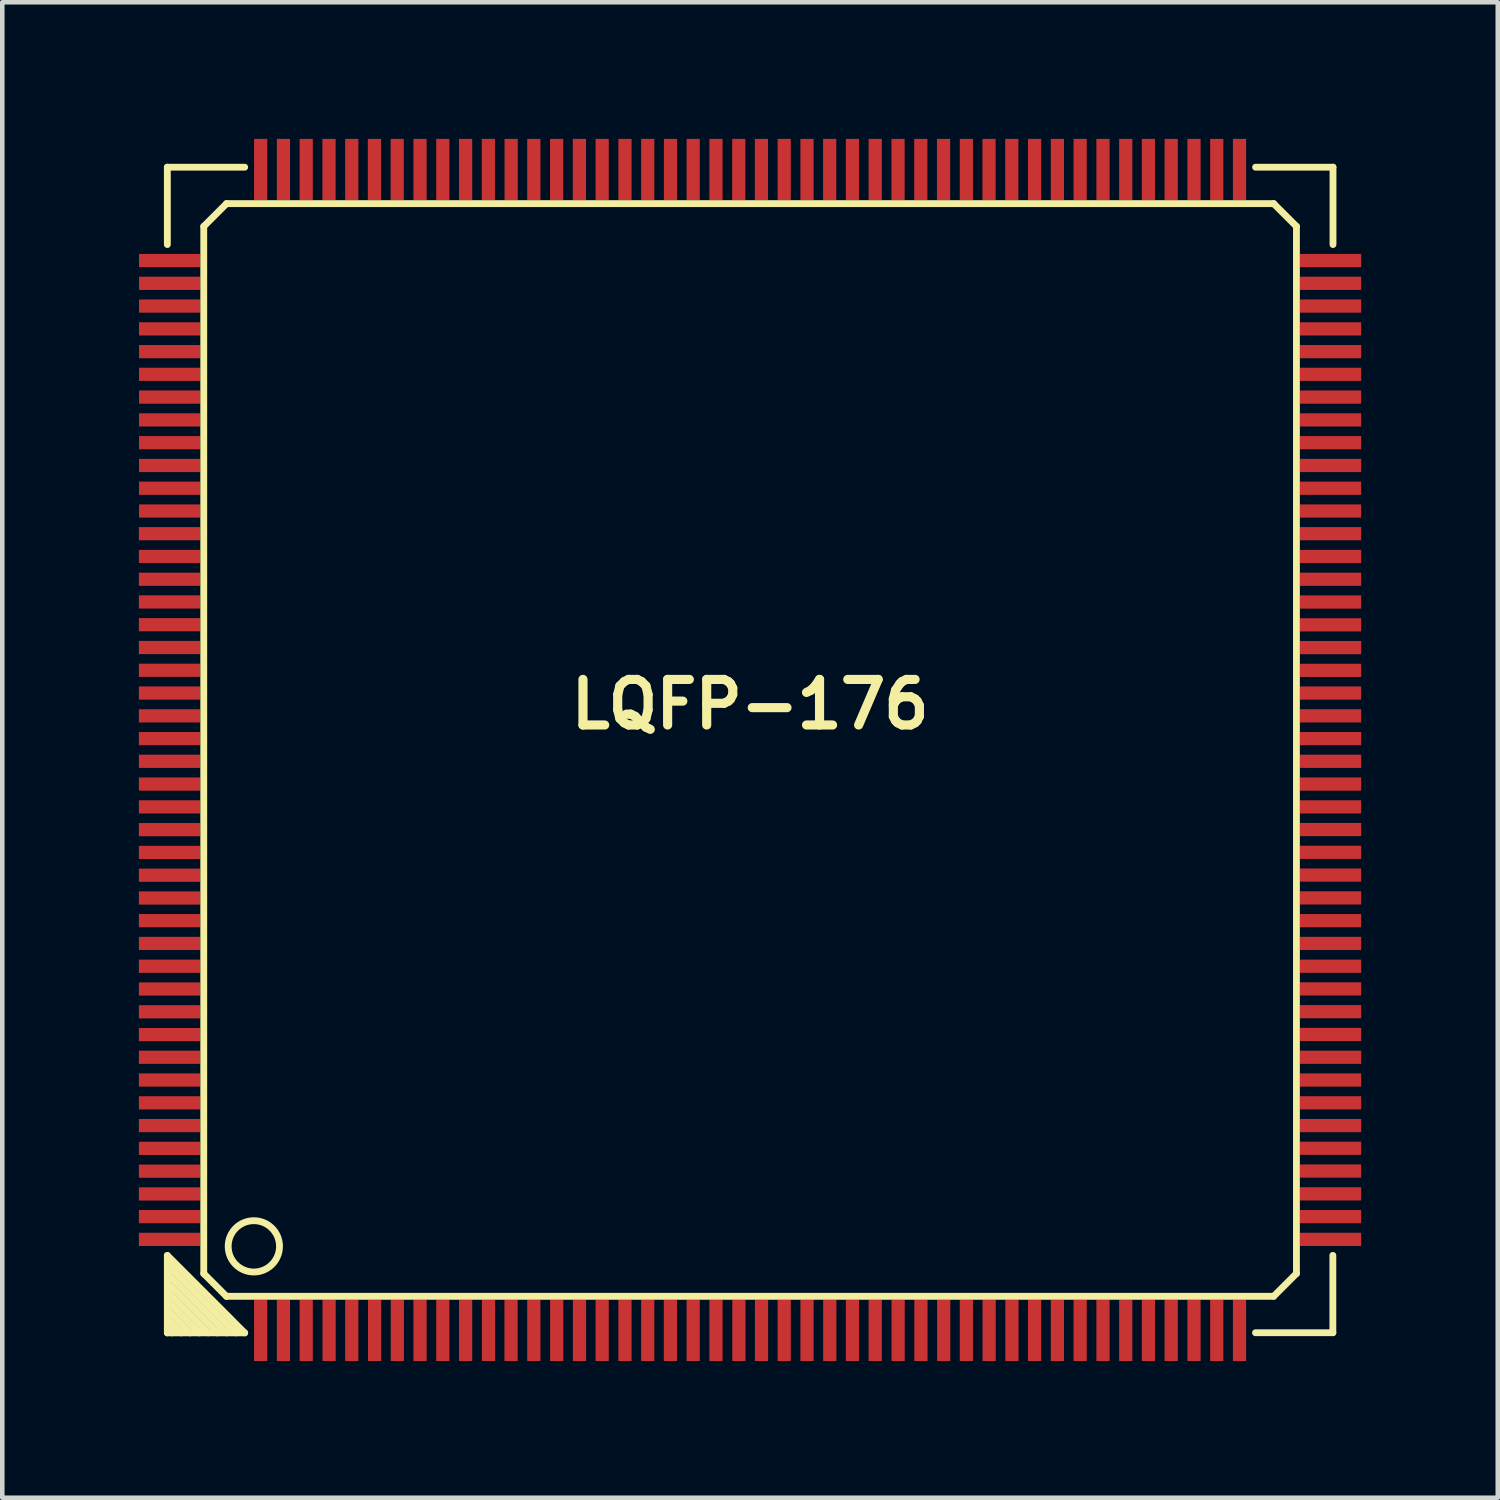
<source format=kicad_pcb>
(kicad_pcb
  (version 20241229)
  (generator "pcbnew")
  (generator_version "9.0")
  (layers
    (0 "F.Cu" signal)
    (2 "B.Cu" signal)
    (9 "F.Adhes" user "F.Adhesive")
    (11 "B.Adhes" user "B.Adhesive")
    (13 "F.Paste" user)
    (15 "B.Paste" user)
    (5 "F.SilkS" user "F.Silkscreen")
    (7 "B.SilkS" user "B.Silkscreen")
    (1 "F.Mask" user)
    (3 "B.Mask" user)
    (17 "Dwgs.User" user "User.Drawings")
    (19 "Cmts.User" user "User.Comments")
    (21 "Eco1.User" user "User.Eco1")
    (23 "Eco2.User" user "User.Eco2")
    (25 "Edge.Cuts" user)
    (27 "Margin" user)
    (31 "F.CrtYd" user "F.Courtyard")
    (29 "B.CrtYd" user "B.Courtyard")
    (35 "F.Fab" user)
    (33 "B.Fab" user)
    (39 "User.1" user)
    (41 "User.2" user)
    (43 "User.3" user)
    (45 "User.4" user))
  (footprint "LQFP-176"
    (layer "F.Cu")
    (at 13.424 13.421)
    (property "Reference" "LQFP-176" (at 0 -1.001 0) (layer "F.SilkS") (effects (font (size 1.001 1.001) (thickness 0.201))))
    (attr smd)
    (fp_line (start -12.799 -12.799) (end -11.1 -12.799) (stroke (width 0.15) (type solid)) (layer "F.SilkS"))
    (fp_line (start -12.799 -11.1) (end -12.799 -12.799) (stroke (width 0.15) (type solid)) (layer "F.SilkS"))
    (fp_line (start -12.799 11.102) (end -11.1 12.802) (stroke (width 0.15) (type solid)) (layer "F.SilkS"))
    (fp_line (start -12.799 11.501) (end -11.499 12.802) (stroke (width 0.15) (type solid)) (layer "F.SilkS"))
    (fp_line (start -12.799 11.902) (end -11.9 12.802) (stroke (width 0.15) (type solid)) (layer "F.SilkS"))
    (fp_line (start -12.799 12.301) (end -12.299 12.802) (stroke (width 0.15) (type solid)) (layer "F.SilkS"))
    (fp_line (start -12.799 12.703) (end -12.7 12.802) (stroke (width 0.15) (type solid)) (layer "F.SilkS"))
    (fp_line (start -12.799 12.802) (end -12.799 11.102) (stroke (width 0.15) (type solid)) (layer "F.SilkS"))
    (fp_line (start -12.499 12.802) (end -12.799 12.502) (stroke (width 0.15) (type solid)) (layer "F.SilkS"))
    (fp_line (start -12.098 12.802) (end -12.799 12.101) (stroke (width 0.15) (type solid)) (layer "F.SilkS"))
    (fp_line (start -11.999 -11.499) (end -11.499 -11.999) (stroke (width 0.15) (type solid)) (layer "F.SilkS"))
    (fp_line (start -11.999 11.501) (end -11.999 -11.501) (stroke (width 0.15) (type solid)) (layer "F.SilkS"))
    (fp_line (start -11.699 12.802) (end -12.799 11.702) (stroke (width 0.15) (type solid)) (layer "F.SilkS"))
    (fp_line (start -11.501 -11.999) (end 11.501 -11.999) (stroke (width 0.15) (type solid)) (layer "F.SilkS"))
    (fp_line (start -11.499 12.002) (end -11.999 11.501) (stroke (width 0.15) (type solid)) (layer "F.SilkS"))
    (fp_line (start -11.298 12.802) (end -12.799 11.3) (stroke (width 0.15) (type solid)) (layer "F.SilkS"))
    (fp_line (start -11.1 12.802) (end -12.799 12.802) (stroke (width 0.15) (type solid)) (layer "F.SilkS"))
    (fp_line (start 11.102 -12.799) (end 12.802 -12.799) (stroke (width 0.15) (type solid)) (layer "F.SilkS"))
    (fp_line (start 11.499 -11.999) (end 11.999 -11.499) (stroke (width 0.15) (type solid)) (layer "F.SilkS"))
    (fp_line (start 11.501 11.999) (end -11.501 11.999) (stroke (width 0.15) (type solid)) (layer "F.SilkS"))
    (fp_line (start 11.999 -11.501) (end 11.999 11.501) (stroke (width 0.15) (type solid)) (layer "F.SilkS"))
    (fp_line (start 11.999 11.499) (end 11.499 11.999) (stroke (width 0.15) (type solid)) (layer "F.SilkS"))
    (fp_line (start 12.799 11.1) (end 12.799 12.799) (stroke (width 0.15) (type solid)) (layer "F.SilkS"))
    (fp_line (start 12.799 12.799) (end 11.1 12.799) (stroke (width 0.15) (type solid)) (layer "F.SilkS"))
    (fp_line (start 12.802 -12.799) (end 12.802 -11.1) (stroke (width 0.15) (type solid)) (layer "F.SilkS"))
    (fp_circle (center -10.899 10.902) (end -11.298 11.3) (stroke (width 0.15) (type solid)) (fill no) (layer "F.SilkS"))
    (pad "1" smd rect (at -10.749 12.748) (size 0.29 1.346) (layers "F.Cu" "F.Mask" "F.Paste"))
    (pad "2" smd rect (at -10.249 12.748) (size 0.29 1.346) (layers "F.Cu" "F.Mask" "F.Paste"))
    (pad "3" smd rect (at -9.749 12.748) (size 0.29 1.346) (layers "F.Cu" "F.Mask" "F.Paste"))
    (pad "4" smd rect (at -9.246 12.748) (size 0.29 1.346) (layers "F.Cu" "F.Mask" "F.Paste"))
    (pad "5" smd rect (at -8.748 12.748) (size 0.29 1.346) (layers "F.Cu" "F.Mask" "F.Paste"))
    (pad "6" smd rect (at -8.247 12.748) (size 0.29 1.346) (layers "F.Cu" "F.Mask" "F.Paste"))
    (pad "7" smd rect (at -7.747 12.748) (size 0.29 1.346) (layers "F.Cu" "F.Mask" "F.Paste"))
    (pad "8" smd rect (at -7.249 12.748) (size 0.29 1.346) (layers "F.Cu" "F.Mask" "F.Paste"))
    (pad "9" smd rect (at -6.749 12.748) (size 0.29 1.346) (layers "F.Cu" "F.Mask" "F.Paste"))
    (pad "10" smd rect (at -6.248 12.748) (size 0.29 1.346) (layers "F.Cu" "F.Mask" "F.Paste"))
    (pad "11" smd rect (at -5.745 12.748) (size 0.29 1.346) (layers "F.Cu" "F.Mask" "F.Paste"))
    (pad "12" smd rect (at -5.25 12.748) (size 0.29 1.346) (layers "F.Cu" "F.Mask" "F.Paste"))
    (pad "13" smd rect (at -4.75 12.748) (size 0.29 1.346) (layers "F.Cu" "F.Mask" "F.Paste"))
    (pad "14" smd rect (at -4.247 12.748) (size 0.29 1.346) (layers "F.Cu" "F.Mask" "F.Paste"))
    (pad "15" smd rect (at -3.747 12.748) (size 0.29 1.346) (layers "F.Cu" "F.Mask" "F.Paste"))
    (pad "16" smd rect (at -3.249 12.748) (size 0.29 1.346) (layers "F.Cu" "F.Mask" "F.Paste"))
    (pad "17" smd rect (at -2.748 12.748) (size 0.29 1.346) (layers "F.Cu" "F.Mask" "F.Paste"))
    (pad "18" smd rect (at -2.248 12.748) (size 0.29 1.346) (layers "F.Cu" "F.Mask" "F.Paste"))
    (pad "19" smd rect (at -1.75 12.748) (size 0.29 1.346) (layers "F.Cu" "F.Mask" "F.Paste"))
    (pad "20" smd rect (at -1.25 12.748) (size 0.29 1.346) (layers "F.Cu" "F.Mask" "F.Paste"))
    (pad "21" smd rect (at -0.749 12.748) (size 0.29 1.346) (layers "F.Cu" "F.Mask" "F.Paste"))
    (pad "22" smd rect (at -0.246 12.748) (size 0.29 1.346) (layers "F.Cu" "F.Mask" "F.Paste"))
    (pad "23" smd rect (at 0.251 12.748) (size 0.29 1.346) (layers "F.Cu" "F.Mask" "F.Paste"))
    (pad "24" smd rect (at 0.749 12.748) (size 0.29 1.346) (layers "F.Cu" "F.Mask" "F.Paste"))
    (pad "25" smd rect (at 1.25 12.748) (size 0.29 1.346) (layers "F.Cu" "F.Mask" "F.Paste"))
    (pad "26" smd rect (at 1.75 12.748) (size 0.29 1.346) (layers "F.Cu" "F.Mask" "F.Paste"))
    (pad "27" smd rect (at 2.248 12.748) (size 0.29 1.346) (layers "F.Cu" "F.Mask" "F.Paste"))
    (pad "28" smd rect (at 2.748 12.748) (size 0.29 1.346) (layers "F.Cu" "F.Mask" "F.Paste"))
    (pad "29" smd rect (at 3.251 12.748) (size 0.29 1.346) (layers "F.Cu" "F.Mask" "F.Paste"))
    (pad "30" smd rect (at 3.752 12.748) (size 0.29 1.346) (layers "F.Cu" "F.Mask" "F.Paste"))
    (pad "31" smd rect (at 4.252 12.748) (size 0.29 1.346) (layers "F.Cu" "F.Mask" "F.Paste"))
    (pad "32" smd rect (at 4.75 12.748) (size 0.29 1.346) (layers "F.Cu" "F.Mask" "F.Paste"))
    (pad "33" smd rect (at 5.25 12.748) (size 0.29 1.346) (layers "F.Cu" "F.Mask" "F.Paste"))
    (pad "34" smd rect (at 5.751 12.748) (size 0.29 1.346) (layers "F.Cu" "F.Mask" "F.Paste"))
    (pad "35" smd rect (at 6.248 12.748) (size 0.29 1.346) (layers "F.Cu" "F.Mask" "F.Paste"))
    (pad "36" smd rect (at 6.749 12.748) (size 0.29 1.346) (layers "F.Cu" "F.Mask" "F.Paste"))
    (pad "37" smd rect (at 7.249 12.748) (size 0.29 1.346) (layers "F.Cu" "F.Mask" "F.Paste"))
    (pad "38" smd rect (at 7.75 12.748) (size 0.29 1.346) (layers "F.Cu" "F.Mask" "F.Paste"))
    (pad "39" smd rect (at 8.25 12.748) (size 0.29 1.346) (layers "F.Cu" "F.Mask" "F.Paste"))
    (pad "40" smd rect (at 8.748 12.748) (size 0.29 1.346) (layers "F.Cu" "F.Mask" "F.Paste"))
    (pad "41" smd rect (at 9.248 12.748) (size 0.29 1.346) (layers "F.Cu" "F.Mask" "F.Paste"))
    (pad "42" smd rect (at 9.749 12.748) (size 0.29 1.346) (layers "F.Cu" "F.Mask" "F.Paste"))
    (pad "43" smd rect (at 10.249 12.748) (size 0.29 1.346) (layers "F.Cu" "F.Mask" "F.Paste"))
    (pad "44" smd rect (at 10.749 12.748) (size 0.29 1.349) (layers "F.Cu" "F.Mask" "F.Paste"))
    (pad "45" smd rect (at 12.748 10.749) (size 1.346 0.29) (layers "F.Cu" "F.Mask" "F.Paste"))
    (pad "46" smd rect (at 12.748 10.249) (size 1.346 0.29) (layers "F.Cu" "F.Mask" "F.Paste"))
    (pad "47" smd rect (at 12.748 9.749) (size 1.346 0.29) (layers "F.Cu" "F.Mask" "F.Paste"))
    (pad "48" smd rect (at 12.748 9.248) (size 1.346 0.29) (layers "F.Cu" "F.Mask" "F.Paste"))
    (pad "49" smd rect (at 12.748 8.748) (size 1.346 0.29) (layers "F.Cu" "F.Mask" "F.Paste"))
    (pad "50" smd rect (at 12.748 8.25) (size 1.346 0.29) (layers "F.Cu" "F.Mask" "F.Paste"))
    (pad "51" smd rect (at 12.748 7.75) (size 1.346 0.29) (layers "F.Cu" "F.Mask" "F.Paste"))
    (pad "52" smd rect (at 12.748 7.249) (size 1.346 0.29) (layers "F.Cu" "F.Mask" "F.Paste"))
    (pad "53" smd rect (at 12.748 6.749) (size 1.346 0.29) (layers "F.Cu" "F.Mask" "F.Paste"))
    (pad "54" smd rect (at 12.748 6.248) (size 1.346 0.29) (layers "F.Cu" "F.Mask" "F.Paste"))
    (pad "55" smd rect (at 12.748 5.748) (size 1.346 0.29) (layers "F.Cu" "F.Mask" "F.Paste"))
    (pad "56" smd rect (at 12.748 5.248) (size 1.346 0.29) (layers "F.Cu" "F.Mask" "F.Paste"))
    (pad "57" smd rect (at 12.748 4.75) (size 1.346 0.29) (layers "F.Cu" "F.Mask" "F.Paste"))
    (pad "58" smd rect (at 12.748 4.249) (size 1.346 0.29) (layers "F.Cu" "F.Mask" "F.Paste"))
    (pad "59" smd rect (at 12.748 3.749) (size 1.346 0.29) (layers "F.Cu" "F.Mask" "F.Paste"))
    (pad "60" smd rect (at 12.748 3.249) (size 1.346 0.29) (layers "F.Cu" "F.Mask" "F.Paste"))
    (pad "61" smd rect (at 12.748 2.748) (size 1.346 0.29) (layers "F.Cu" "F.Mask" "F.Paste"))
    (pad "62" smd rect (at 12.748 2.248) (size 1.346 0.29) (layers "F.Cu" "F.Mask" "F.Paste"))
    (pad "63" smd rect (at 12.748 1.748) (size 1.346 0.29) (layers "F.Cu" "F.Mask" "F.Paste"))
    (pad "64" smd rect (at 12.748 1.25) (size 1.346 0.29) (layers "F.Cu" "F.Mask" "F.Paste"))
    (pad "65" smd rect (at 12.748 0.749) (size 1.346 0.29) (layers "F.Cu" "F.Mask" "F.Paste"))
    (pad "66" smd rect (at 12.748 0.249) (size 1.346 0.29) (layers "F.Cu" "F.Mask" "F.Paste"))
    (pad "67" smd rect (at 12.748 -0.249) (size 1.346 0.29) (layers "F.Cu" "F.Mask" "F.Paste"))
    (pad "68" smd rect (at 12.748 -0.749) (size 1.346 0.29) (layers "F.Cu" "F.Mask" "F.Paste"))
    (pad "69" smd rect (at 12.748 -1.25) (size 1.346 0.29) (layers "F.Cu" "F.Mask" "F.Paste"))
    (pad "70" smd rect (at 12.748 -1.748) (size 1.346 0.29) (layers "F.Cu" "F.Mask" "F.Paste"))
    (pad "71" smd rect (at 12.748 -2.248) (size 1.346 0.29) (layers "F.Cu" "F.Mask" "F.Paste"))
    (pad "72" smd rect (at 12.748 -2.748) (size 1.346 0.29) (layers "F.Cu" "F.Mask" "F.Paste"))
    (pad "73" smd rect (at 12.748 -3.249) (size 1.346 0.29) (layers "F.Cu" "F.Mask" "F.Paste"))
    (pad "74" smd rect (at 12.748 -3.749) (size 1.346 0.29) (layers "F.Cu" "F.Mask" "F.Paste"))
    (pad "75" smd rect (at 12.748 -4.249) (size 1.346 0.29) (layers "F.Cu" "F.Mask" "F.Paste"))
    (pad "76" smd rect (at 12.748 -4.75) (size 1.346 0.29) (layers "F.Cu" "F.Mask" "F.Paste"))
    (pad "77" smd rect (at 12.748 -5.248) (size 1.346 0.29) (layers "F.Cu" "F.Mask" "F.Paste"))
    (pad "78" smd rect (at 12.748 -5.748) (size 1.346 0.29) (layers "F.Cu" "F.Mask" "F.Paste"))
    (pad "79" smd rect (at 12.748 -6.248) (size 1.346 0.29) (layers "F.Cu" "F.Mask" "F.Paste"))
    (pad "80" smd rect (at 12.748 -6.749) (size 1.346 0.29) (layers "F.Cu" "F.Mask" "F.Paste"))
    (pad "81" smd rect (at 12.748 -7.249) (size 1.346 0.29) (layers "F.Cu" "F.Mask" "F.Paste"))
    (pad "82" smd rect (at 12.748 -7.75) (size 1.346 0.29) (layers "F.Cu" "F.Mask" "F.Paste"))
    (pad "83" smd rect (at 12.748 -8.25) (size 1.346 0.29) (layers "F.Cu" "F.Mask" "F.Paste"))
    (pad "84" smd rect (at 12.748 -8.748) (size 1.346 0.29) (layers "F.Cu" "F.Mask" "F.Paste"))
    (pad "85" smd rect (at 12.748 -9.248) (size 1.346 0.29) (layers "F.Cu" "F.Mask" "F.Paste"))
    (pad "86" smd rect (at 12.748 -9.749) (size 1.346 0.29) (layers "F.Cu" "F.Mask" "F.Paste"))
    (pad "87" smd rect (at 12.748 -10.249) (size 1.346 0.29) (layers "F.Cu" "F.Mask" "F.Paste"))
    (pad "88" smd rect (at 12.748 -10.749) (size 1.346 0.29) (layers "F.Cu" "F.Mask" "F.Paste"))
    (pad "89" smd rect (at 10.749 -12.748) (size 0.29 1.346) (layers "F.Cu" "F.Mask" "F.Paste"))
    (pad "90" smd rect (at 10.249 -12.748) (size 0.29 1.346) (layers "F.Cu" "F.Mask" "F.Paste"))
    (pad "91" smd rect (at 9.749 -12.748) (size 0.29 1.346) (layers "F.Cu" "F.Mask" "F.Paste"))
    (pad "92" smd rect (at 9.248 -12.748) (size 0.29 1.346) (layers "F.Cu" "F.Mask" "F.Paste"))
    (pad "93" smd rect (at 8.748 -12.748) (size 0.29 1.346) (layers "F.Cu" "F.Mask" "F.Paste"))
    (pad "94" smd rect (at 8.25 -12.748) (size 0.29 1.346) (layers "F.Cu" "F.Mask" "F.Paste"))
    (pad "95" smd rect (at 7.75 -12.748) (size 0.29 1.346) (layers "F.Cu" "F.Mask" "F.Paste"))
    (pad "96" smd rect (at 7.249 -12.748) (size 0.29 1.346) (layers "F.Cu" "F.Mask" "F.Paste"))
    (pad "97" smd rect (at 6.749 -12.748) (size 0.29 1.346) (layers "F.Cu" "F.Mask" "F.Paste"))
    (pad "98" smd rect (at 6.248 -12.748) (size 0.29 1.346) (layers "F.Cu" "F.Mask" "F.Paste"))
    (pad "99" smd rect (at 5.748 -12.748) (size 0.29 1.346) (layers "F.Cu" "F.Mask" "F.Paste"))
    (pad "100" smd rect (at 5.248 -12.748) (size 0.29 1.346) (layers "F.Cu" "F.Mask" "F.Paste"))
    (pad "101" smd rect (at 4.75 -12.748) (size 0.29 1.346) (layers "F.Cu" "F.Mask" "F.Paste"))
    (pad "102" smd rect (at 4.249 -12.748) (size 0.29 1.346) (layers "F.Cu" "F.Mask" "F.Paste"))
    (pad "103" smd rect (at 3.749 -12.748) (size 0.29 1.346) (layers "F.Cu" "F.Mask" "F.Paste"))
    (pad "104" smd rect (at 3.249 -12.748) (size 0.29 1.346) (layers "F.Cu" "F.Mask" "F.Paste"))
    (pad "105" smd rect (at 2.748 -12.748) (size 0.29 1.346) (layers "F.Cu" "F.Mask" "F.Paste"))
    (pad "106" smd rect (at 2.248 -12.748) (size 0.29 1.346) (layers "F.Cu" "F.Mask" "F.Paste"))
    (pad "107" smd rect (at 1.748 -12.748) (size 0.29 1.346) (layers "F.Cu" "F.Mask" "F.Paste"))
    (pad "108" smd rect (at 1.25 -12.748) (size 0.29 1.346) (layers "F.Cu" "F.Mask" "F.Paste"))
    (pad "109" smd rect (at 0.749 -12.748) (size 0.29 1.346) (layers "F.Cu" "F.Mask" "F.Paste"))
    (pad "110" smd rect (at 0.249 -12.748) (size 0.29 1.346) (layers "F.Cu" "F.Mask" "F.Paste"))
    (pad "111" smd rect (at -0.249 -12.748) (size 0.29 1.346) (layers "F.Cu" "F.Mask" "F.Paste"))
    (pad "112" smd rect (at -0.749 -12.748) (size 0.29 1.346) (layers "F.Cu" "F.Mask" "F.Paste"))
    (pad "113" smd rect (at -1.25 -12.748) (size 0.29 1.346) (layers "F.Cu" "F.Mask" "F.Paste"))
    (pad "114" smd rect (at -1.748 -12.748) (size 0.29 1.346) (layers "F.Cu" "F.Mask" "F.Paste"))
    (pad "115" smd rect (at -2.248 -12.748) (size 0.29 1.346) (layers "F.Cu" "F.Mask" "F.Paste"))
    (pad "116" smd rect (at -2.748 -12.748) (size 0.29 1.346) (layers "F.Cu" "F.Mask" "F.Paste"))
    (pad "117" smd rect (at -3.249 -12.748) (size 0.29 1.346) (layers "F.Cu" "F.Mask" "F.Paste"))
    (pad "118" smd rect (at -3.749 -12.748) (size 0.29 1.346) (layers "F.Cu" "F.Mask" "F.Paste"))
    (pad "119" smd rect (at -4.249 -12.748) (size 0.29 1.346) (layers "F.Cu" "F.Mask" "F.Paste"))
    (pad "120" smd rect (at -4.75 -12.748) (size 0.29 1.346) (layers "F.Cu" "F.Mask" "F.Paste"))
    (pad "121" smd rect (at -5.248 -12.748) (size 0.29 1.346) (layers "F.Cu" "F.Mask" "F.Paste"))
    (pad "122" smd rect (at -5.748 -12.748) (size 0.29 1.346) (layers "F.Cu" "F.Mask" "F.Paste"))
    (pad "123" smd rect (at -6.248 -12.748) (size 0.29 1.346) (layers "F.Cu" "F.Mask" "F.Paste"))
    (pad "124" smd rect (at -6.749 -12.748) (size 0.29 1.346) (layers "F.Cu" "F.Mask" "F.Paste"))
    (pad "125" smd rect (at -7.249 -12.748) (size 0.29 1.346) (layers "F.Cu" "F.Mask" "F.Paste"))
    (pad "126" smd rect (at -7.75 -12.748) (size 0.29 1.346) (layers "F.Cu" "F.Mask" "F.Paste"))
    (pad "127" smd rect (at -8.25 -12.748) (size 0.29 1.346) (layers "F.Cu" "F.Mask" "F.Paste"))
    (pad "128" smd rect (at -8.748 -12.748) (size 0.29 1.346) (layers "F.Cu" "F.Mask" "F.Paste"))
    (pad "129" smd rect (at -9.248 -12.748) (size 0.29 1.346) (layers "F.Cu" "F.Mask" "F.Paste"))
    (pad "130" smd rect (at -9.749 -12.748) (size 0.29 1.346) (layers "F.Cu" "F.Mask" "F.Paste"))
    (pad "131" smd rect (at -10.249 -12.748) (size 0.29 1.346) (layers "F.Cu" "F.Mask" "F.Paste"))
    (pad "132" smd rect (at -10.749 -12.748) (size 0.29 1.346) (layers "F.Cu" "F.Mask" "F.Paste"))
    (pad "133" smd rect (at -12.748 -10.749) (size 1.346 0.29) (layers "F.Cu" "F.Mask" "F.Paste"))
    (pad "134" smd rect (at -12.748 -10.249) (size 1.346 0.29) (layers "F.Cu" "F.Mask" "F.Paste"))
    (pad "135" smd rect (at -12.748 -9.749) (size 1.346 0.29) (layers "F.Cu" "F.Mask" "F.Paste"))
    (pad "136" smd rect (at -12.748 -9.248) (size 1.346 0.29) (layers "F.Cu" "F.Mask" "F.Paste"))
    (pad "137" smd rect (at -12.748 -8.748) (size 1.346 0.29) (layers "F.Cu" "F.Mask" "F.Paste"))
    (pad "138" smd rect (at -12.748 -8.25) (size 1.346 0.29) (layers "F.Cu" "F.Mask" "F.Paste"))
    (pad "139" smd rect (at -12.748 -7.75) (size 1.346 0.29) (layers "F.Cu" "F.Mask" "F.Paste"))
    (pad "140" smd rect (at -12.748 -7.249) (size 1.346 0.29) (layers "F.Cu" "F.Mask" "F.Paste"))
    (pad "141" smd rect (at -12.748 -6.749) (size 1.346 0.29) (layers "F.Cu" "F.Mask" "F.Paste"))
    (pad "142" smd rect (at -12.748 -6.248) (size 1.346 0.29) (layers "F.Cu" "F.Mask" "F.Paste"))
    (pad "143" smd rect (at -12.748 -5.748) (size 1.346 0.29) (layers "F.Cu" "F.Mask" "F.Paste"))
    (pad "144" smd rect (at -12.748 -5.248) (size 1.346 0.29) (layers "F.Cu" "F.Mask" "F.Paste"))
    (pad "145" smd rect (at -12.751 -4.75) (size 1.346 0.29) (layers "F.Cu" "F.Mask" "F.Paste"))
    (pad "146" smd rect (at -12.751 -4.249) (size 1.346 0.29) (layers "F.Cu" "F.Mask" "F.Paste"))
    (pad "147" smd rect (at -12.751 -3.749) (size 1.346 0.29) (layers "F.Cu" "F.Mask" "F.Paste"))
    (pad "148" smd rect (at -12.751 -3.251) (size 1.346 0.29) (layers "F.Cu" "F.Mask" "F.Paste"))
    (pad "149" smd rect (at -12.751 -2.751) (size 1.346 0.29) (layers "F.Cu" "F.Mask" "F.Paste"))
    (pad "150" smd rect (at -12.751 -2.25) (size 1.346 0.29) (layers "F.Cu" "F.Mask" "F.Paste"))
    (pad "151" smd rect (at -12.751 -1.75) (size 1.346 0.29) (layers "F.Cu" "F.Mask" "F.Paste"))
    (pad "152" smd rect (at -12.751 -1.25) (size 1.346 0.29) (layers "F.Cu" "F.Mask" "F.Paste"))
    (pad "153" smd rect (at -12.751 -0.749) (size 1.346 0.29) (layers "F.Cu" "F.Mask" "F.Paste"))
    (pad "154" smd rect (at -12.751 -0.249) (size 1.346 0.29) (layers "F.Cu" "F.Mask" "F.Paste"))
    (pad "155" smd rect (at -12.751 0.249) (size 1.346 0.29) (layers "F.Cu" "F.Mask" "F.Paste"))
    (pad "156" smd rect (at -12.751 0.749) (size 1.346 0.29) (layers "F.Cu" "F.Mask" "F.Paste"))
    (pad "157" smd rect (at -12.751 1.25) (size 1.346 0.29) (layers "F.Cu" "F.Mask" "F.Paste"))
    (pad "158" smd rect (at -12.751 1.75) (size 1.346 0.29) (layers "F.Cu" "F.Mask" "F.Paste"))
    (pad "159" smd rect (at -12.751 2.25) (size 1.346 0.29) (layers "F.Cu" "F.Mask" "F.Paste"))
    (pad "160" smd rect (at -12.751 2.751) (size 1.346 0.29) (layers "F.Cu" "F.Mask" "F.Paste"))
    (pad "161" smd rect (at -12.751 3.251) (size 1.346 0.29) (layers "F.Cu" "F.Mask" "F.Paste"))
    (pad "162" smd rect (at -12.751 3.749) (size 1.346 0.29) (layers "F.Cu" "F.Mask" "F.Paste"))
    (pad "163" smd rect (at -12.751 4.249) (size 1.346 0.29) (layers "F.Cu" "F.Mask" "F.Paste"))
    (pad "164" smd rect (at -12.751 4.75) (size 1.346 0.29) (layers "F.Cu" "F.Mask" "F.Paste"))
    (pad "165" smd rect (at -12.751 5.25) (size 1.346 0.29) (layers "F.Cu" "F.Mask" "F.Paste"))
    (pad "166" smd rect (at -12.751 5.751) (size 1.346 0.29) (layers "F.Cu" "F.Mask" "F.Paste"))
    (pad "167" smd rect (at -12.751 6.251) (size 1.346 0.29) (layers "F.Cu" "F.Mask" "F.Paste"))
    (pad "168" smd rect (at -12.751 6.749) (size 1.346 0.29) (layers "F.Cu" "F.Mask" "F.Paste"))
    (pad "169" smd rect (at -12.751 7.249) (size 1.346 0.29) (layers "F.Cu" "F.Mask" "F.Paste"))
    (pad "170" smd rect (at -12.751 7.75) (size 1.346 0.29) (layers "F.Cu" "F.Mask" "F.Paste"))
    (pad "171" smd rect (at -12.751 8.25) (size 1.346 0.29) (layers "F.Cu" "F.Mask" "F.Paste"))
    (pad "172" smd rect (at -12.751 8.75) (size 1.346 0.29) (layers "F.Cu" "F.Mask" "F.Paste"))
    (pad "173" smd rect (at -12.751 9.251) (size 1.346 0.29) (layers "F.Cu" "F.Mask" "F.Paste"))
    (pad "174" smd rect (at -12.751 9.751) (size 1.346 0.29) (layers "F.Cu" "F.Mask" "F.Paste"))
    (pad "175" smd rect (at -12.751 10.249) (size 1.346 0.29) (layers "F.Cu" "F.Mask" "F.Paste"))
    (pad "176" smd rect (at -12.751 10.749) (size 1.346 0.29) (layers "F.Cu" "F.Mask" "F.Paste")))
  (gr_rect
    (start -3 -3)
    (end 29.845 29.844)
    (stroke (width 0.1) (type default))
    (fill no)
    (layer "Edge.Cuts")))
</source>
